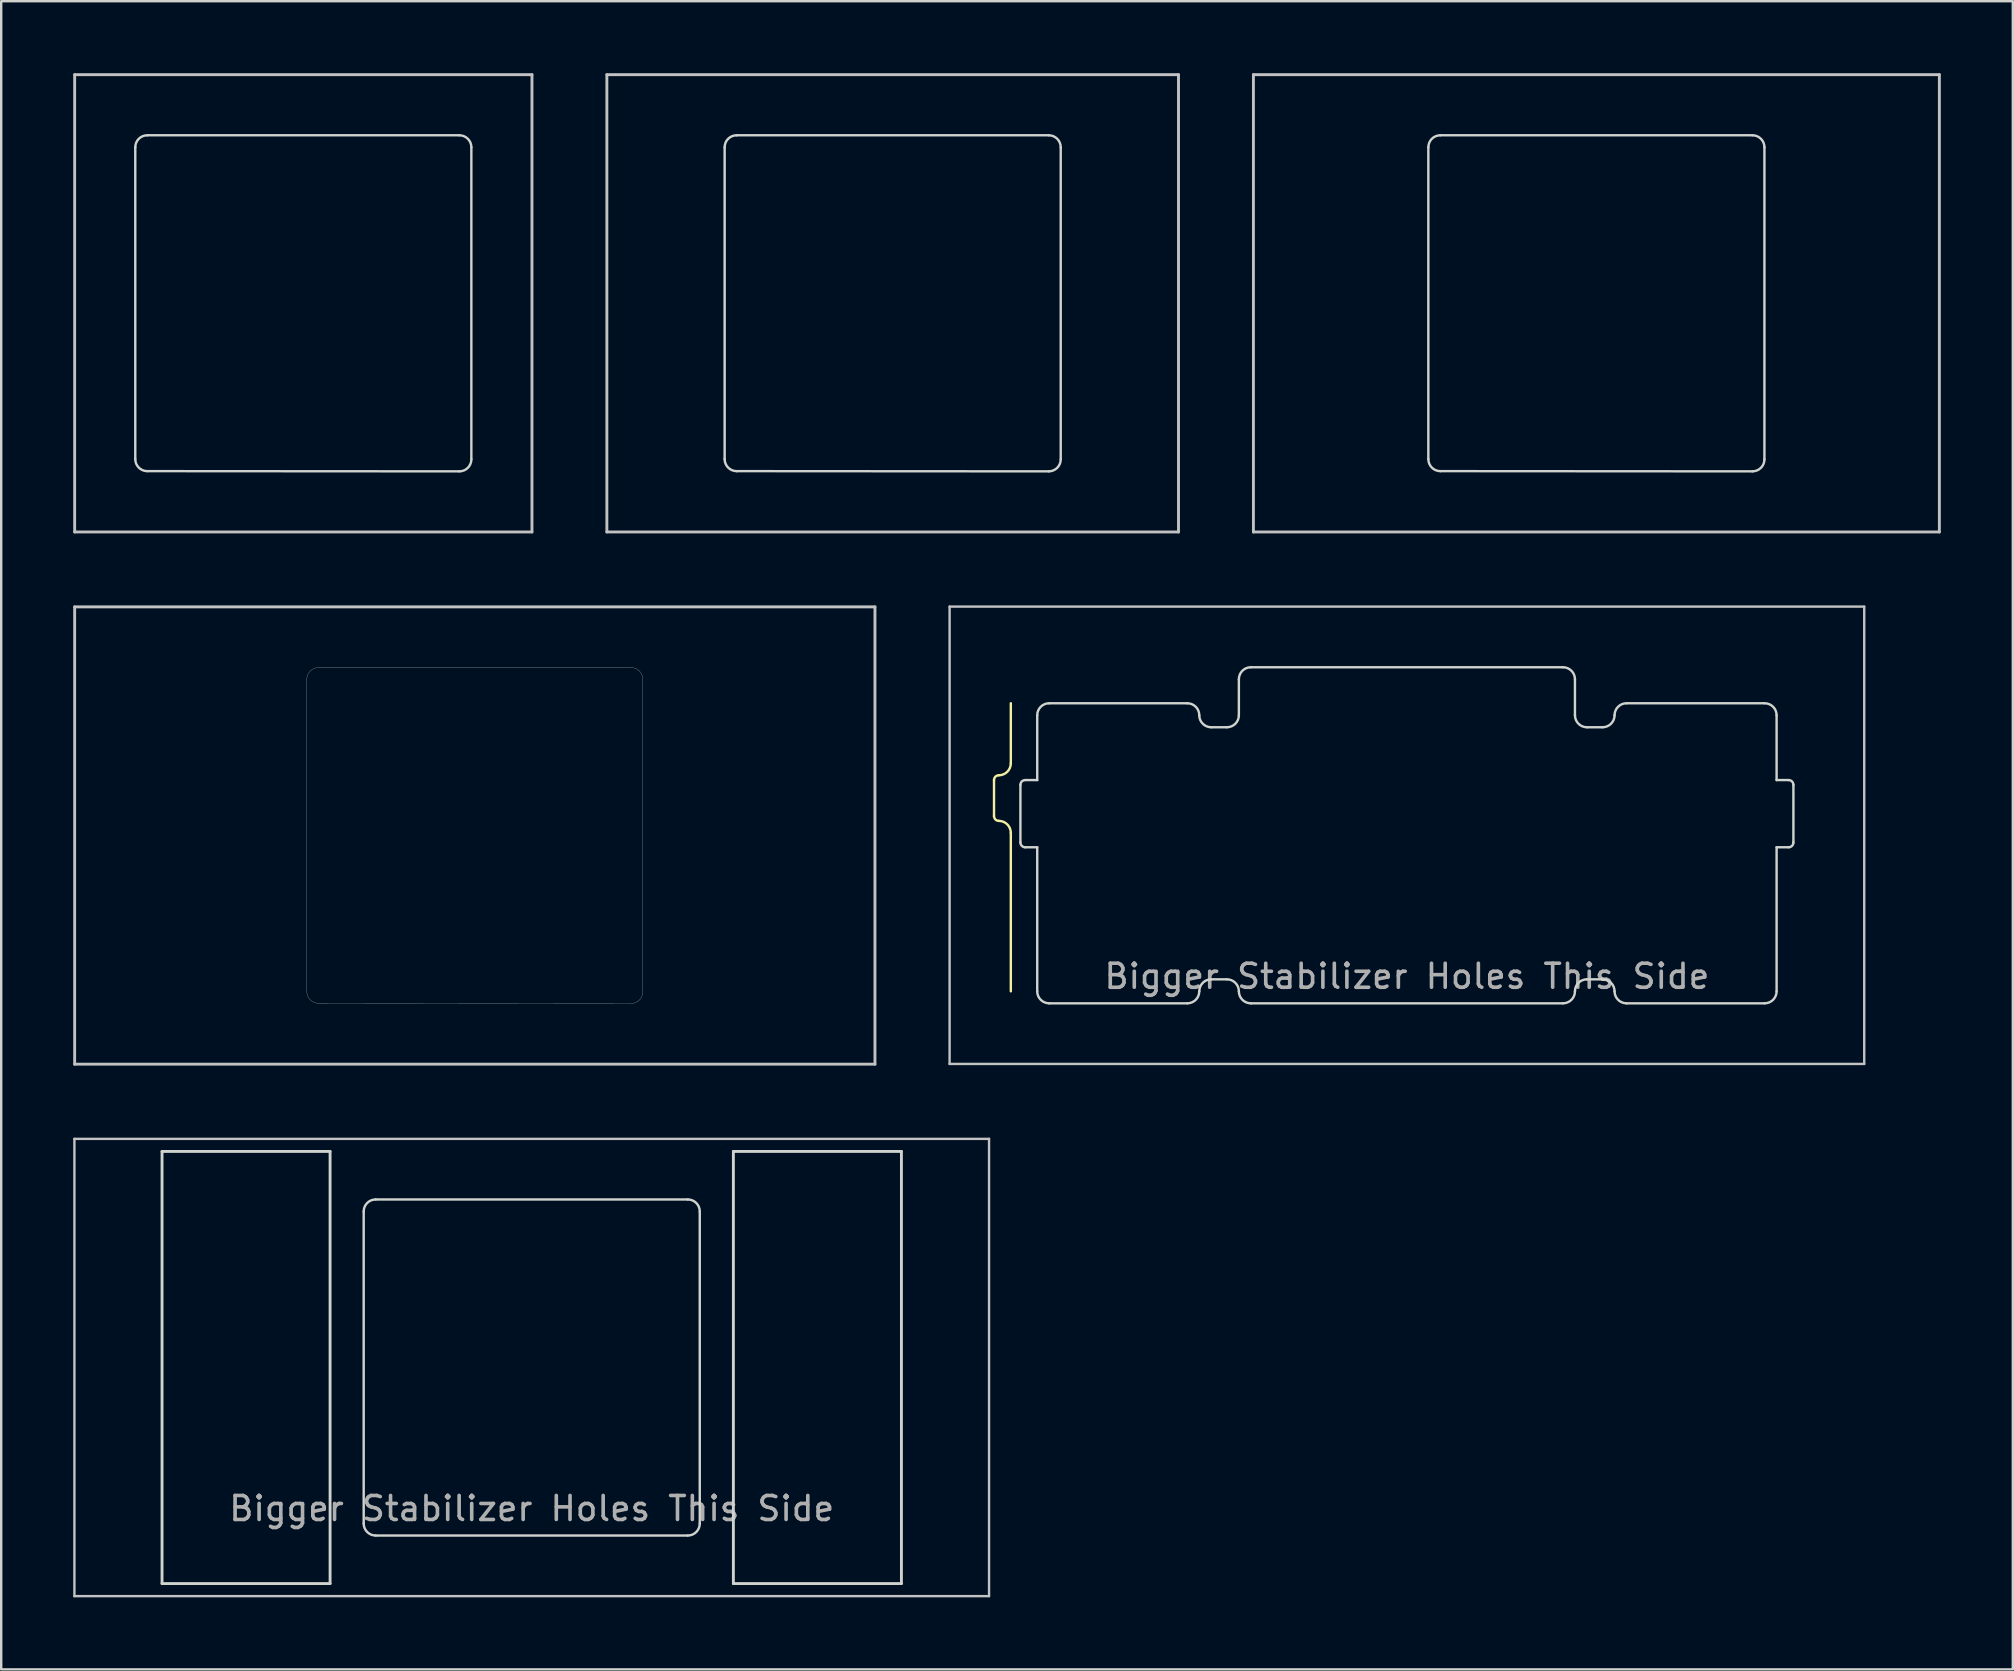
<source format=kicad_pcb>
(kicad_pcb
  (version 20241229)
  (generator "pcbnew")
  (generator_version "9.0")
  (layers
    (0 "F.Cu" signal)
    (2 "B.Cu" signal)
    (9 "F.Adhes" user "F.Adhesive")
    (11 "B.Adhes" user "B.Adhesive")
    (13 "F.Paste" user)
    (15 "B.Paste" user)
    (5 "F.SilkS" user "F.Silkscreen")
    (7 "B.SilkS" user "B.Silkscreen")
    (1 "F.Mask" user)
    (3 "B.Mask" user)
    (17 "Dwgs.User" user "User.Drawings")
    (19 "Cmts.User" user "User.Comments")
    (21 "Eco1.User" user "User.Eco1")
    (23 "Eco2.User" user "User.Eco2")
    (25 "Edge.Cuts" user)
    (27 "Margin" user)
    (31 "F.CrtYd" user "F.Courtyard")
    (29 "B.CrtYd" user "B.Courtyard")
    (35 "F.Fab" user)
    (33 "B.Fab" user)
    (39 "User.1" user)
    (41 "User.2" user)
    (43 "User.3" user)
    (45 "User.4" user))
  (footprint "mx_top_plate_2.00u"
    (layer "F.Cu")
    (at 55.557 31.745)
    (property "Reference" "mx_top_plate_2.00u" (at 0 2.381 0) (layer "Eco1.User") (effects (font (size 1 1) (thickness 0.15))))
    (attr through_hole)
    (fp_line (start -17.2 -2.3) (end -17.2 -0.8) (stroke (width 0.1) (type solid)) (layer "F.SilkS"))
    (fp_line (start -16.5 -5.5) (end -16.5 -3) (stroke (width 0.1) (type solid)) (layer "F.SilkS"))
    (fp_line (start -16.5 -0.1) (end -16.5 6.5) (stroke (width 0.1) (type solid)) (layer "F.SilkS"))
    (fp_arc (start -17.2 -2.3) (mid -17.141421 -2.441421) (end -17 -2.5) (stroke (width 0.1) (type solid)) (layer "F.SilkS"))
    (fp_arc (start -17 -0.6) (mid -17.141421 -0.658579) (end -17.2 -0.8) (stroke (width 0.1) (type solid)) (layer "F.SilkS"))
    (fp_arc (start -17 -0.6) (mid -16.646447 -0.453553) (end -16.5 -0.1) (stroke (width 0.1) (type solid)) (layer "F.SilkS"))
    (fp_arc (start -16.5 -3) (mid -16.646447 -2.646447) (end -17 -2.5) (stroke (width 0.1) (type solid)) (layer "F.SilkS"))
    (fp_line (start -19.05 -9.525) (end 19.05 -9.525) (stroke (width 0.1) (type solid)) (layer "Dwgs.User"))
    (fp_line (start -19.05 9.525) (end -19.05 -9.525) (stroke (width 0.1) (type solid)) (layer "Dwgs.User"))
    (fp_line (start 19.05 -9.525) (end 19.05 9.525) (stroke (width 0.1) (type solid)) (layer "Dwgs.User"))
    (fp_line (start 19.05 9.525) (end -19.05 9.525) (stroke (width 0.1) (type solid)) (layer "Dwgs.User"))
    (fp_line (start 0 0) (end -0.5 0) (stroke (width 0.1) (type solid)) (layer "Eco1.User"))
    (fp_line (start 0 0) (end 0 -0.5) (stroke (width 0.1) (type solid)) (layer "Eco1.User"))
    (fp_line (start 0 0) (end 0 0.5) (stroke (width 0.1) (type solid)) (layer "Eco1.User"))
    (fp_line (start 0 0) (end 0.5 0) (stroke (width 0.1) (type solid)) (layer "Eco1.User"))
    (fp_line (start -16.1 -2.1) (end -16.1 0.3) (stroke (width 0.1) (type solid)) (layer "Edge.Cuts"))
    (fp_line (start -15.9 0.5) (end -15.4 0.5) (stroke (width 0.1) (type solid)) (layer "Edge.Cuts"))
    (fp_line (start -15.4 -5) (end -15.4 -2.3) (stroke (width 0.1) (type solid)) (layer "Edge.Cuts"))
    (fp_line (start -15.4 -2.3) (end -15.9 -2.3) (stroke (width 0.1) (type solid)) (layer "Edge.Cuts"))
    (fp_line (start -15.4 0.5) (end -15.4 6.5) (stroke (width 0.1) (type solid)) (layer "Edge.Cuts"))
    (fp_line (start -14.9 7) (end -9.15 7) (stroke (width 0.1) (type solid)) (layer "Edge.Cuts"))
    (fp_line (start -9.15 -5.5) (end -14.9 -5.5) (stroke (width 0.1) (type solid)) (layer "Edge.Cuts"))
    (fp_line (start -8.15 6) (end -7.5 6) (stroke (width 0.1) (type solid)) (layer "Edge.Cuts"))
    (fp_line (start -7.5 -4.5) (end -8.15 -4.5) (stroke (width 0.1) (type solid)) (layer "Edge.Cuts"))
    (fp_line (start -7 -6.5) (end -7 -5) (stroke (width 0.1) (type solid)) (layer "Edge.Cuts"))
    (fp_line (start -6.5 7) (end 6.5 7) (stroke (width 0.1) (type solid)) (layer "Edge.Cuts"))
    (fp_line (start 6.5 -7) (end -6.5 -7) (stroke (width 0.1) (type solid)) (layer "Edge.Cuts"))
    (fp_line (start 7 -5) (end 7 -6.5) (stroke (width 0.1) (type solid)) (layer "Edge.Cuts"))
    (fp_line (start 7.5 6) (end 8.15 6) (stroke (width 0.1) (type solid)) (layer "Edge.Cuts"))
    (fp_line (start 8.15 -4.5) (end 7.5 -4.5) (stroke (width 0.1) (type solid)) (layer "Edge.Cuts"))
    (fp_line (start 9.15 7) (end 14.9 7) (stroke (width 0.1) (type solid)) (layer "Edge.Cuts"))
    (fp_line (start 14.9 -5.5) (end 9.15 -5.5) (stroke (width 0.1) (type solid)) (layer "Edge.Cuts"))
    (fp_line (start 15.4 -2.3) (end 15.4 -5) (stroke (width 0.1) (type solid)) (layer "Edge.Cuts"))
    (fp_line (start 15.4 -2.3) (end 15.9 -2.3) (stroke (width 0.1) (type solid)) (layer "Edge.Cuts"))
    (fp_line (start 15.4 6.5) (end 15.4 0.5) (stroke (width 0.1) (type solid)) (layer "Edge.Cuts"))
    (fp_line (start 15.9 0.5) (end 15.4 0.5) (stroke (width 0.1) (type solid)) (layer "Edge.Cuts"))
    (fp_line (start 16.1 0.3) (end 16.1 -2.1) (stroke (width 0.1) (type solid)) (layer "Edge.Cuts"))
    (fp_arc (start -16.1 -2.1) (mid -16.041421 -2.241421) (end -15.9 -2.3) (stroke (width 0.1) (type solid)) (layer "Edge.Cuts"))
    (fp_arc (start -15.9 0.5) (mid -16.041421 0.441421) (end -16.1 0.3) (stroke (width 0.1) (type solid)) (layer "Edge.Cuts"))
    (fp_arc (start -15.4 -5) (mid -15.253553 -5.353553) (end -14.9 -5.5) (stroke (width 0.1) (type solid)) (layer "Edge.Cuts"))
    (fp_arc (start -14.9 7) (mid -15.253553 6.853553) (end -15.4 6.5) (stroke (width 0.1) (type solid)) (layer "Edge.Cuts"))
    (fp_arc (start -9.15 -5.5) (mid -8.796447 -5.353553) (end -8.65 -5) (stroke (width 0.1) (type solid)) (layer "Edge.Cuts"))
    (fp_arc (start -8.65 6.5) (mid -8.796447 6.853553) (end -9.15 7) (stroke (width 0.1) (type solid)) (layer "Edge.Cuts"))
    (fp_arc (start -8.65 6.5) (mid -8.503553 6.146447) (end -8.15 6) (stroke (width 0.1) (type solid)) (layer "Edge.Cuts"))
    (fp_arc (start -8.15 -4.5) (mid -8.503553 -4.646447) (end -8.65 -5) (stroke (width 0.1) (type solid)) (layer "Edge.Cuts"))
    (fp_arc (start -7.5 6) (mid -7.146447 6.146447) (end -7 6.5) (stroke (width 0.1) (type solid)) (layer "Edge.Cuts"))
    (fp_arc (start -7 -6.5) (mid -6.853553 -6.853553) (end -6.5 -7) (stroke (width 0.1) (type solid)) (layer "Edge.Cuts"))
    (fp_arc (start -7 -5) (mid -7.146447 -4.646447) (end -7.5 -4.5) (stroke (width 0.1) (type solid)) (layer "Edge.Cuts"))
    (fp_arc (start -6.5 7) (mid -6.853553 6.853553) (end -7 6.5) (stroke (width 0.1) (type solid)) (layer "Edge.Cuts"))
    (fp_arc (start 6.5 -7) (mid 6.853553 -6.853553) (end 7 -6.5) (stroke (width 0.1) (type solid)) (layer "Edge.Cuts"))
    (fp_arc (start 7 6.5) (mid 6.853553 6.853553) (end 6.5 7) (stroke (width 0.1) (type solid)) (layer "Edge.Cuts"))
    (fp_arc (start 7 6.5) (mid 7.146447 6.146447) (end 7.5 6) (stroke (width 0.1) (type solid)) (layer "Edge.Cuts"))
    (fp_arc (start 7.5 -4.5) (mid 7.146447 -4.646447) (end 7 -5) (stroke (width 0.1) (type solid)) (layer "Edge.Cuts"))
    (fp_arc (start 8.15 6) (mid 8.503553 6.146447) (end 8.65 6.5) (stroke (width 0.1) (type solid)) (layer "Edge.Cuts"))
    (fp_arc (start 8.65 -5) (mid 8.503553 -4.646447) (end 8.15 -4.5) (stroke (width 0.1) (type solid)) (layer "Edge.Cuts"))
    (fp_arc (start 8.65 -5) (mid 8.796447 -5.353553) (end 9.15 -5.5) (stroke (width 0.1) (type solid)) (layer "Edge.Cuts"))
    (fp_arc (start 9.15 7) (mid 8.796447 6.853553) (end 8.65 6.5) (stroke (width 0.1) (type solid)) (layer "Edge.Cuts"))
    (fp_arc (start 14.9 -5.5) (mid 15.253553 -5.353553) (end 15.4 -5) (stroke (width 0.1) (type solid)) (layer "Edge.Cuts"))
    (fp_arc (start 15.4 6.5) (mid 15.253553 6.853553) (end 14.9 7) (stroke (width 0.1) (type solid)) (layer "Edge.Cuts"))
    (fp_arc (start 15.9 -2.3) (mid 16.041421 -2.241421) (end 16.1 -2.1) (stroke (width 0.1) (type solid)) (layer "Edge.Cuts"))
    (fp_arc (start 16.1 0.3) (mid 16.041421 0.441421) (end 15.9 0.5) (stroke (width 0.1) (type solid)) (layer "Edge.Cuts"))
    (fp_text user "Bigger Stabilizer Holes This Side" (at 0 5.875 0) (unlocked yes) (layer "F.Fab") (effects (font (size 1 1) (thickness 0.15)))))
  (footprint "mx_top_plate_1.00u"
    (layer "F.Cu")
    (at 9.585 9.585)
    (property "Reference" "mx_top_plate_1.00u" (at 0 2.381 0) (layer "Eco1.User") (effects (font (size 1 1) (thickness 0.15))))
    (attr through_hole)
    (fp_line (start -9.525 -9.525) (end 9.525 -9.525) (stroke (width 0.12) (type solid)) (layer "Dwgs.User"))
    (fp_line (start -9.525 9.525) (end -9.525 -9.525) (stroke (width 0.12) (type solid)) (layer "Dwgs.User"))
    (fp_line (start 9.525 -9.525) (end 9.525 9.525) (stroke (width 0.12) (type solid)) (layer "Dwgs.User"))
    (fp_line (start 9.525 9.525) (end -9.525 9.525) (stroke (width 0.12) (type solid)) (layer "Dwgs.User"))
    (fp_line (start 0 0) (end -0.5 0) (stroke (width 0.12) (type solid)) (layer "Eco1.User"))
    (fp_line (start 0 0) (end 0 -0.5) (stroke (width 0.12) (type solid)) (layer "Eco1.User"))
    (fp_line (start 0 0) (end 0 0.5) (stroke (width 0.12) (type solid)) (layer "Eco1.User"))
    (fp_line (start 0 0) (end 0.5 0) (stroke (width 0.12) (type solid)) (layer "Eco1.User"))
    (fp_line (start -7 -6.5) (end -7 6.491) (stroke (width 0.1) (type solid)) (layer "Edge.Cuts"))
    (fp_line (start -6.5 -7) (end 6.5 -7) (stroke (width 0.1) (type solid)) (layer "Edge.Cuts"))
    (fp_line (start -6.5 6.991) (end 6.5 7) (stroke (width 0.1) (type solid)) (layer "Edge.Cuts"))
    (fp_line (start 7 -6.5) (end 7 6.5) (stroke (width 0.1) (type solid)) (layer "Edge.Cuts"))
    (fp_arc (start -7 -6.5) (mid -6.853553 -6.853553) (end -6.5 -7) (stroke (width 0.1) (type solid)) (layer "Edge.Cuts"))
    (fp_arc (start -6.5 6.990924) (mid -6.853553 6.844477) (end -7 6.490924) (stroke (width 0.1) (type solid)) (layer "Edge.Cuts"))
    (fp_arc (start 6.5 -7) (mid 6.853553 -6.853553) (end 7 -6.5) (stroke (width 0.1) (type solid)) (layer "Edge.Cuts"))
    (fp_arc (start 7 6.5) (mid 6.853553 6.853553) (end 6.5 7) (stroke (width 0.1) (type solid)) (layer "Edge.Cuts")))
  (footprint "mx_top_plate_1.25u"
    (layer "F.Cu")
    (at 34.136 9.585)
    (property "Reference" "mx_top_plate_1.25u" (at 0 2.381 0) (layer "Eco1.User") (effects (font (size 1 1) (thickness 0.15))))
    (attr through_hole)
    (fp_line (start -11.906 -9.525) (end 11.906 -9.525) (stroke (width 0.12) (type solid)) (layer "Dwgs.User"))
    (fp_line (start -11.906 9.525) (end -11.906 -9.525) (stroke (width 0.12) (type solid)) (layer "Dwgs.User"))
    (fp_line (start 11.906 -9.525) (end 11.906 9.525) (stroke (width 0.12) (type solid)) (layer "Dwgs.User"))
    (fp_line (start 11.906 9.525) (end -11.906 9.525) (stroke (width 0.12) (type solid)) (layer "Dwgs.User"))
    (fp_line (start -0.5 0) (end 0 0) (stroke (width 0.12) (type solid)) (layer "Eco1.User"))
    (fp_line (start 0 -0.5) (end 0 0) (stroke (width 0.12) (type solid)) (layer "Eco1.User"))
    (fp_line (start 0 0) (end -0.5 0) (stroke (width 0.12) (type solid)) (layer "Eco1.User"))
    (fp_line (start 0 0) (end 0 -0.5) (stroke (width 0.12) (type solid)) (layer "Eco1.User"))
    (fp_line (start 0 0) (end 0 0.5) (stroke (width 0.12) (type solid)) (layer "Eco1.User"))
    (fp_line (start 0 0) (end 0.5 0) (stroke (width 0.12) (type solid)) (layer "Eco1.User"))
    (fp_line (start 0 0.5) (end 0 0) (stroke (width 0.12) (type solid)) (layer "Eco1.User"))
    (fp_line (start -7 -6.5) (end -7 6.491) (stroke (width 0.1) (type solid)) (layer "Edge.Cuts"))
    (fp_line (start -6.5 -7) (end 6.5 -7) (stroke (width 0.1) (type solid)) (layer "Edge.Cuts"))
    (fp_line (start -6.5 6.991) (end 6.5 7) (stroke (width 0.1) (type solid)) (layer "Edge.Cuts"))
    (fp_line (start 7 -6.5) (end 7 6.5) (stroke (width 0.1) (type solid)) (layer "Edge.Cuts"))
    (fp_arc (start -7 -6.5) (mid -6.853553 -6.853553) (end -6.5 -7) (stroke (width 0.1) (type solid)) (layer "Edge.Cuts"))
    (fp_arc (start -6.5 6.990924) (mid -6.853553 6.844477) (end -7 6.490924) (stroke (width 0.1) (type solid)) (layer "Edge.Cuts"))
    (fp_arc (start 6.5 -7) (mid 6.853553 -6.853553) (end 7 -6.5) (stroke (width 0.1) (type solid)) (layer "Edge.Cuts"))
    (fp_arc (start 7 6.5) (mid 6.853553 6.853553) (end 6.5 7) (stroke (width 0.1) (type solid)) (layer "Edge.Cuts")))
  (footprint "mx_top_plate_2.00u_pcb_mount"
    (layer "F.Cu")
    (at 19.1 53.915)
    (property "Reference" "mx_top_plate_2.00u_pcb_mount" (at 0 2.381 0) (layer "Eco1.User") (effects (font (size 1 1) (thickness 0.15))))
    (attr through_hole)
    (fp_line (start -19.05 -9.525) (end 19.05 -9.525) (stroke (width 0.1) (type solid)) (layer "Dwgs.User"))
    (fp_line (start -19.05 9.525) (end -19.05 -9.525) (stroke (width 0.1) (type solid)) (layer "Dwgs.User"))
    (fp_line (start 19.05 -9.525) (end 19.05 9.525) (stroke (width 0.1) (type solid)) (layer "Dwgs.User"))
    (fp_line (start 19.05 9.525) (end -19.05 9.525) (stroke (width 0.1) (type solid)) (layer "Dwgs.User"))
    (fp_line (start 0 0) (end -0.5 0) (stroke (width 0.1) (type solid)) (layer "Eco1.User"))
    (fp_line (start 0 0) (end 0 -0.5) (stroke (width 0.1) (type solid)) (layer "Eco1.User"))
    (fp_line (start 0 0) (end 0 0.5) (stroke (width 0.1) (type solid)) (layer "Eco1.User"))
    (fp_line (start 0 0) (end 0.5 0) (stroke (width 0.1) (type solid)) (layer "Eco1.User"))
    (fp_line (start -15.4 -9) (end -8.4 -9) (stroke (width 0.12) (type default)) (layer "Edge.Cuts"))
    (fp_line (start -15.4 9) (end -15.4 -9) (stroke (width 0.12) (type default)) (layer "Edge.Cuts"))
    (fp_line (start -8.4 -9) (end -8.4 9) (stroke (width 0.12) (type default)) (layer "Edge.Cuts"))
    (fp_line (start -8.4 9) (end -15.4 9) (stroke (width 0.12) (type default)) (layer "Edge.Cuts"))
    (fp_line (start -7 -6.491) (end -7 6.5) (stroke (width 0.1) (type solid)) (layer "Edge.Cuts"))
    (fp_line (start -6.5 -7) (end 6.5 -7) (stroke (width 0.1) (type solid)) (layer "Edge.Cuts"))
    (fp_line (start -6.5 7) (end 6.5 7) (stroke (width 0.1) (type solid)) (layer "Edge.Cuts"))
    (fp_line (start 7 -6.491) (end 7 6.509) (stroke (width 0.1) (type solid)) (layer "Edge.Cuts"))
    (fp_line (start 8.4 -9) (end 15.4 -9) (stroke (width 0.12) (type default)) (layer "Edge.Cuts"))
    (fp_line (start 8.4 9) (end 8.4 -9) (stroke (width 0.12) (type default)) (layer "Edge.Cuts"))
    (fp_line (start 15.4 -9) (end 15.4 9) (stroke (width 0.12) (type default)) (layer "Edge.Cuts"))
    (fp_line (start 15.4 9) (end 8.4 9) (stroke (width 0.12) (type default)) (layer "Edge.Cuts"))
    (fp_arc (start -7 -6.5) (mid -6.853553 -6.853553) (end -6.5 -7) (stroke (width 0.1) (type solid)) (layer "Edge.Cuts"))
    (fp_arc (start -6.5 7) (mid -6.853553 6.853553) (end -7 6.5) (stroke (width 0.1) (type solid)) (layer "Edge.Cuts"))
    (fp_arc (start 6.5 -7) (mid 6.853553 -6.853553) (end 7 -6.5) (stroke (width 0.1) (type solid)) (layer "Edge.Cuts"))
    (fp_arc (start 7 6.5) (mid 6.853553 6.853553) (end 6.5 7) (stroke (width 0.1) (type solid)) (layer "Edge.Cuts"))
    (fp_text user "Bigger Stabilizer Holes This Side" (at 0 5.875 0) (unlocked yes) (layer "F.Fab") (effects (font (size 1 1) (thickness 0.15)))))
  (footprint "mx_top_plate_1.75u"
    (layer "F.Cu")
    (at 16.729 31.755)
    (property "Reference" "mx_top_plate_1.75u" (at 0 2.381 0) (layer "Eco1.User") (effects (font (size 1 1) (thickness 0.15))))
    (attr through_hole)
    (fp_line (start -16.669 -9.525) (end 16.669 -9.525) (stroke (width 0.12) (type solid)) (layer "Dwgs.User"))
    (fp_line (start -16.669 9.525) (end -16.669 -9.525) (stroke (width 0.12) (type solid)) (layer "Dwgs.User"))
    (fp_line (start 16.669 -9.525) (end 16.669 9.525) (stroke (width 0.12) (type solid)) (layer "Dwgs.User"))
    (fp_line (start 16.669 9.525) (end -16.669 9.525) (stroke (width 0.12) (type solid)) (layer "Dwgs.User"))
    (fp_line (start -0.5 0) (end 0 0) (stroke (width 0.12) (type solid)) (layer "Eco1.User"))
    (fp_line (start 0 -0.5) (end 0 0) (stroke (width 0.12) (type solid)) (layer "Eco1.User"))
    (fp_line (start 0 0) (end 0 0.5) (stroke (width 0.12) (type solid)) (layer "Eco1.User"))
    (fp_line (start 0 0) (end 0.5 0) (stroke (width 0.12) (type solid)) (layer "Eco1.User"))
    (fp_line (start -7 -6.5) (end -7 6.491) (stroke (width 0.01) (type solid)) (layer "Edge.Cuts"))
    (fp_line (start -6.5 -7) (end 6.5 -7) (stroke (width 0.01) (type solid)) (layer "Edge.Cuts"))
    (fp_line (start -6.5 6.991) (end 6.5 7) (stroke (width 0.01) (type solid)) (layer "Edge.Cuts"))
    (fp_line (start 7 -6.5) (end 7 6.5) (stroke (width 0.01) (type solid)) (layer "Edge.Cuts"))
    (fp_arc (start -7 -6.5) (mid -6.853553 -6.853553) (end -6.5 -7) (stroke (width 0.010007) (type solid)) (layer "Edge.Cuts"))
    (fp_arc (start -6.5 6.990924) (mid -6.853553 6.844477) (end -7 6.490924) (stroke (width 0.010007) (type solid)) (layer "Edge.Cuts"))
    (fp_arc (start 6.5 -7) (mid 6.853553 -6.853553) (end 7 -6.5) (stroke (width 0.010007) (type solid)) (layer "Edge.Cuts"))
    (fp_arc (start 7 6.5) (mid 6.853553 6.853553) (end 6.5 7) (stroke (width 0.010007) (type solid)) (layer "Edge.Cuts")))
  (footprint "mx_top_plate_1.50u"
    (layer "F.Cu")
    (at 63.45 9.585)
    (property "Reference" "mx_top_plate_1.50u" (at 0 2.381 0) (layer "Eco1.User") (effects (font (size 1 1) (thickness 0.15))))
    (attr through_hole)
    (fp_line (start -14.287 -9.525) (end 14.287 -9.525) (stroke (width 0.12) (type solid)) (layer "Dwgs.User"))
    (fp_line (start -14.287 9.525) (end -14.287 -9.525) (stroke (width 0.12) (type solid)) (layer "Dwgs.User"))
    (fp_line (start 14.287 -9.525) (end 14.287 9.525) (stroke (width 0.12) (type solid)) (layer "Dwgs.User"))
    (fp_line (start 14.287 9.525) (end -14.287 9.525) (stroke (width 0.12) (type solid)) (layer "Dwgs.User"))
    (fp_line (start -0.5 0) (end 0 0) (stroke (width 0.12) (type solid)) (layer "Eco1.User"))
    (fp_line (start 0 -0.5) (end 0 0.5) (stroke (width 0.12) (type solid)) (layer "Eco1.User"))
    (fp_line (start 0 0) (end 0 -0.5) (stroke (width 0.12) (type solid)) (layer "Eco1.User"))
    (fp_line (start 0 0) (end 0.5 0) (stroke (width 0.12) (type solid)) (layer "Eco1.User"))
    (fp_line (start -7 -6.5) (end -7 6.491) (stroke (width 0.1) (type solid)) (layer "Edge.Cuts"))
    (fp_line (start -6.5 -7) (end 6.5 -7) (stroke (width 0.1) (type solid)) (layer "Edge.Cuts"))
    (fp_line (start -6.5 6.991) (end 6.5 7) (stroke (width 0.1) (type solid)) (layer "Edge.Cuts"))
    (fp_line (start 7 -6.5) (end 7 6.5) (stroke (width 0.1) (type solid)) (layer "Edge.Cuts"))
    (fp_arc (start -7 -6.5) (mid -6.853553 -6.853553) (end -6.5 -7) (stroke (width 0.1) (type solid)) (layer "Edge.Cuts"))
    (fp_arc (start -6.5 6.990924) (mid -6.853553 6.844477) (end -7 6.490924) (stroke (width 0.1) (type solid)) (layer "Edge.Cuts"))
    (fp_arc (start 6.5 -7) (mid 6.853553 -6.853553) (end 7 -6.5) (stroke (width 0.1) (type solid)) (layer "Edge.Cuts"))
    (fp_arc (start 7 6.5) (mid 6.853553 6.853553) (end 6.5 7) (stroke (width 0.1) (type solid)) (layer "Edge.Cuts")))
  (gr_rect
    (start -3 -3)
    (end 80.797 66.49)
    (stroke (width 0.1) (type default))
    (fill no)
    (layer "Edge.Cuts")))
</source>
